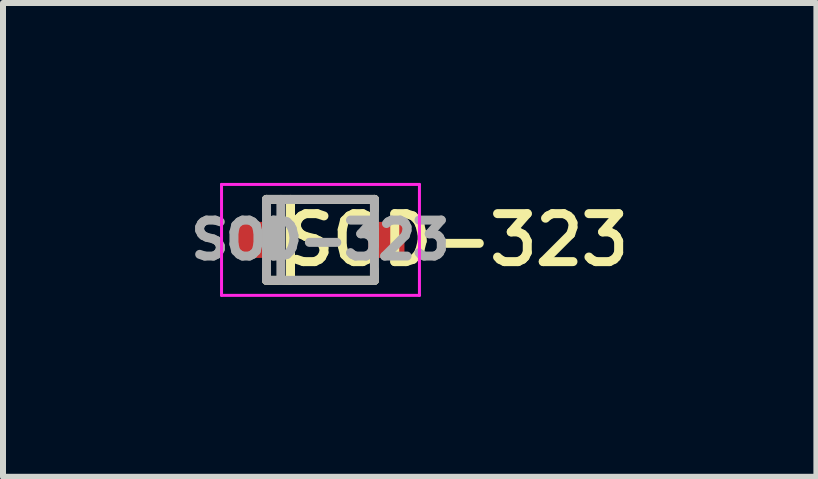
<source format=kicad_pcb>
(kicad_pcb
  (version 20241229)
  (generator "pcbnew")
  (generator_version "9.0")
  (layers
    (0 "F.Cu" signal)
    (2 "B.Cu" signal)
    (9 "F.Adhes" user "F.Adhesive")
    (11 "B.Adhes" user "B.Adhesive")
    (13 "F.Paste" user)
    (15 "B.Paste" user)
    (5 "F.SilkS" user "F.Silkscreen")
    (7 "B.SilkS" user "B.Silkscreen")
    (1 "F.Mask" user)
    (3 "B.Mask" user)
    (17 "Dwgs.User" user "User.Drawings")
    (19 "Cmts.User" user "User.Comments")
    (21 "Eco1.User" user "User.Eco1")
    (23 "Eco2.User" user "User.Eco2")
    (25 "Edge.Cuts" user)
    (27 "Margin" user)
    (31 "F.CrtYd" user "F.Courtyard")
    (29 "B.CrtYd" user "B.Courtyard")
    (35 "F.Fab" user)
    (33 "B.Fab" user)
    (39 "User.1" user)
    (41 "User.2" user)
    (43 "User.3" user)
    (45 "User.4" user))
  (footprint "SOD-323"
    (layer "F.Cu")
    (at 2.294 0.95)
    (property "Reference" "SOD-323" (at 2.286 0 0) (layer "F.SilkS") (effects (font (size 0.8 0.8) (thickness 0.15))))
    (attr smd)
    (fp_line (start -0.9 -0.675) (end -0.9 -0.5) (stroke (width 0.15) (type solid)) (layer "F.SilkS"))
    (fp_line (start -0.9 -0.675) (end 0.9 -0.675) (stroke (width 0.15) (type solid)) (layer "F.SilkS"))
    (fp_line (start -0.9 0.5) (end -0.9 0.675) (stroke (width 0.15) (type solid)) (layer "F.SilkS"))
    (fp_line (start -0.9 0.675) (end 0.9 0.675) (stroke (width 0.15) (type solid)) (layer "F.SilkS"))
    (fp_line (start -0.5 -0.675) (end -0.5 0.675) (stroke (width 0.15) (type solid)) (layer "F.SilkS"))
    (fp_line (start 0.9 -0.5) (end 0.9 -0.675) (stroke (width 0.15) (type solid)) (layer "F.SilkS"))
    (fp_line (start 0.9 0.675) (end 0.9 0.5) (stroke (width 0.15) (type solid)) (layer "F.SilkS"))
    (fp_line (start -1.65 -0.925) (end -1.65 0.925) (stroke (width 0.05) (type solid)) (layer "F.CrtYd"))
    (fp_line (start -1.65 0.925) (end 1.65 0.925) (stroke (width 0.05) (type solid)) (layer "F.CrtYd"))
    (fp_line (start 1.65 -0.925) (end -1.65 -0.925) (stroke (width 0.05) (type solid)) (layer "F.CrtYd"))
    (fp_line (start 1.65 0.925) (end 1.65 -0.925) (stroke (width 0.05) (type solid)) (layer "F.CrtYd"))
    (fp_line (start -0.9 -0.675) (end -0.9 0.675) (stroke (width 0.15) (type solid)) (layer "F.Fab"))
    (fp_line (start -0.9 -0.675) (end 0.9 -0.675) (stroke (width 0.15) (type solid)) (layer "F.Fab"))
    (fp_line (start -0.9 0.675) (end 0.9 0.675) (stroke (width 0.15) (type solid)) (layer "F.Fab"))
    (fp_line (start -0.66 -0.675) (end -0.66 0.675) (stroke (width 0.15) (type solid)) (layer "F.Fab"))
    (fp_line (start 0.9 0.675) (end 0.9 -0.675) (stroke (width 0.15) (type solid)) (layer "F.Fab"))
    (fp_text user "${REFERENCE}" (at 0 0 0) (layer "F.Fab") (effects (font (size 0.6 0.6) (thickness 0.15))))
    (pad "1" smd rect (at -1.1 0) (size 0.6 0.6) (layers "F.Cu" "F.Mask" "F.Paste"))
    (pad "2" smd rect (at 1.1 0) (size 0.6 0.6) (layers "F.Cu" "F.Mask" "F.Paste")))
  (gr_rect
    (start -3 -3)
    (end 10.563 4.9)
    (stroke (width 0.1) (type default))
    (fill no)
    (layer "Edge.Cuts")))
</source>
